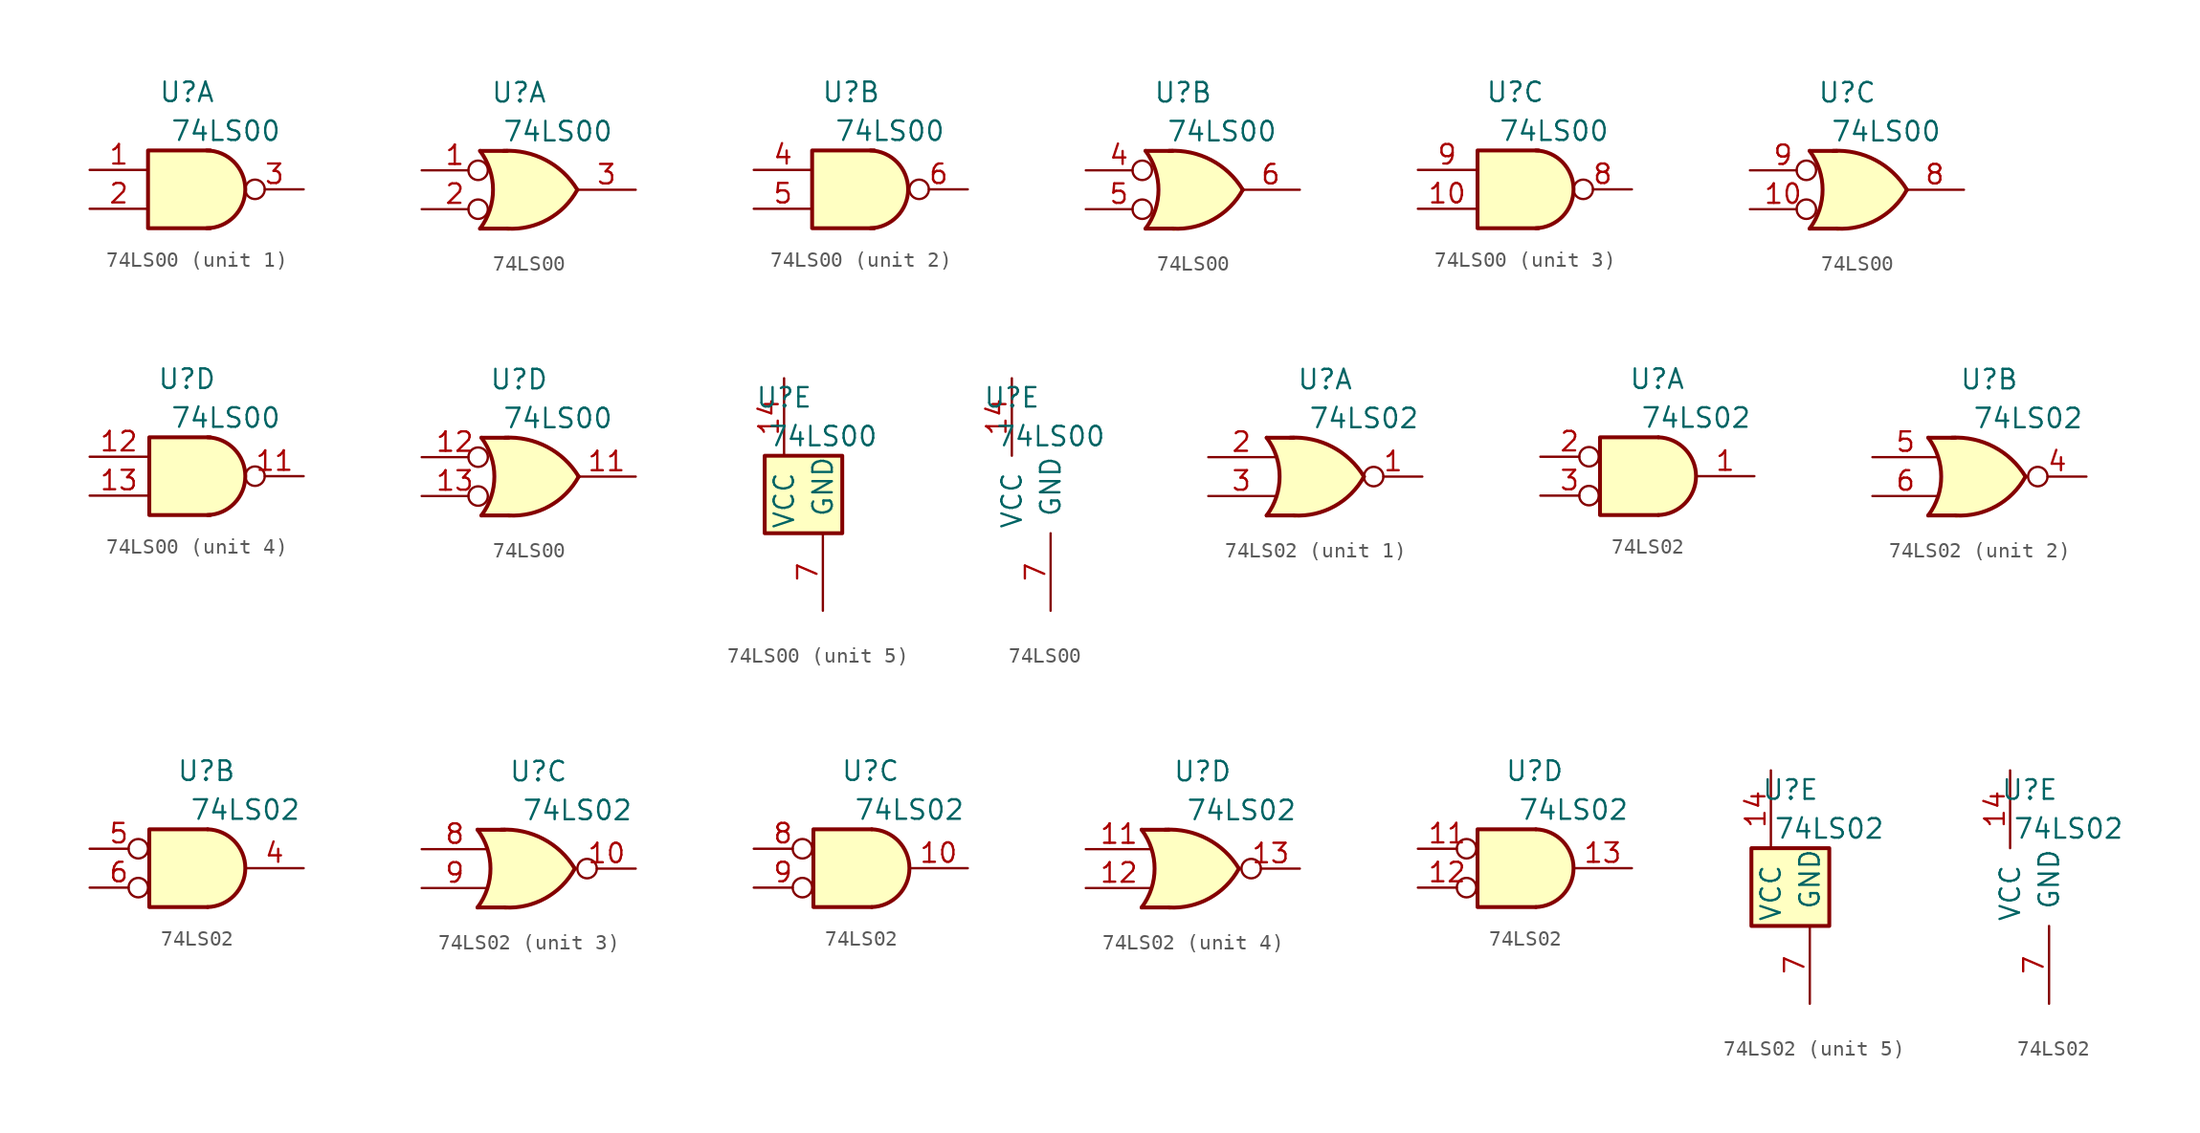
<source format=kicad_sym>
(kicad_symbol_lib
  (version 20220914)
  (generator kicad_symbol_editor)
  (symbol "74LS00"
    (pin_names
      (offset 1.016))
    (property "Reference" "U"
      (at -1.27 6.35 0)
      (effects (font (size 1.27 1.27))))
    (property "Value" "74LS00"
      (at 1.27 3.81 0)
      (effects (font (size 1.27 1.27))))
    (property "ki_locked" ""
      (at 0 0 0)
      (effects (font (size 1.27 1.27))))
    (symbol "74LS00_1_1"
      (polyline (pts (xy 0.254 2.54) (xy -3.81 2.54) (xy -3.81 -2.54) (xy 0.254 -2.54)) (stroke (width 0.254) (type default)) (fill (type background)))
      (arc (start 0.0225 -2.54) (mid 2.5401 0) (end 0.0225 2.54) (stroke (width 0.254) (type default)) (fill (type background)))
      (pin input line (at -7.62 1.27 0) (length 3.81) (name "~" (effects (font (size 1.27 1.27)))) (number "1" (effects (font (size 1.27 1.27)))))
      (pin input line (at -7.62 -1.27 0) (length 3.81) (name "~" (effects (font (size 1.27 1.27)))) (number "2" (effects (font (size 1.27 1.27)))))
      (pin output inverted (at 6.35 0 180) (length 3.81) (name "~" (effects (font (size 1.27 1.27)))) (number "3" (effects (font (size 1.27 1.27))))))
    (symbol "74LS00_1_2"
      (arc (start -3.81 -2.54) (mid -2.964 0) (end -3.81 2.54) (stroke (width 0.254) (type default)) (fill (type none)))
      (arc (start -2.032 -2.54) (mid 0.6219 -1.9322) (end 2.54 0) (stroke (width 0.254) (type default)) (fill (type background)))
      (polyline (pts (xy -3.81 -2.54) (xy -2.032 -2.54)) (stroke (width 0.254) (type default)) (fill (type none)))
      (polyline (pts (xy -3.81 2.54) (xy -2.032 2.54)) (stroke (width 0.254) (type default)) (fill (type none)))
      (polyline (pts (xy -1.27 2.54) (xy -3.81 2.54) (xy -3.175 1.27) (xy -2.794 0) (xy -3.175 -1.27) (xy -3.81 -2.54) (xy -1.27 -2.54)) (stroke (width -25.4) (type default)) (fill (type background)))
      (arc (start 2.54 0) (mid 0.4797 1.9402) (end -2.286 2.54) (stroke (width 0.254) (type default)) (fill (type background)))
      (pin input inverted (at -7.62 1.27 0) (length 4.318) (name "~" (effects (font (size 1.27 1.27)))) (number "1" (effects (font (size 1.27 1.27)))))
      (pin input inverted (at -7.62 -1.27 0) (length 4.318) (name "~" (effects (font (size 1.27 1.27)))) (number "2" (effects (font (size 1.27 1.27)))))
      (pin output line (at 6.35 0 180) (length 3.81) (name "~" (effects (font (size 1.27 1.27)))) (number "3" (effects (font (size 1.27 1.27))))))
    (symbol "74LS00_2_1"
      (arc (start 0 -2.54) (mid 2.4571 0) (end 0 2.54) (stroke (width 0.254) (type default)) (fill (type background)))
      (polyline (pts (xy 0.254 2.54) (xy -3.81 2.54) (xy -3.81 -2.54) (xy 0.254 -2.54)) (stroke (width 0.254) (type default)) (fill (type background)))
      (pin input line (at -7.62 1.27 0) (length 3.81) (name "~" (effects (font (size 1.27 1.27)))) (number "4" (effects (font (size 1.27 1.27)))))
      (pin input line (at -7.62 -1.27 0) (length 3.81) (name "~" (effects (font (size 1.27 1.27)))) (number "5" (effects (font (size 1.27 1.27)))))
      (pin output inverted (at 6.35 0 180) (length 3.81) (name "~" (effects (font (size 1.27 1.27)))) (number "6" (effects (font (size 1.27 1.27))))))
    (symbol "74LS00_2_2"
      (arc (start -3.722 -2.54) (mid -2.876 0) (end -3.722 2.54) (stroke (width 0.254) (type default)) (fill (type none)))
      (arc (start -1.944 -2.54) (mid 0.7099 -1.9322) (end 2.628 0) (stroke (width 0.254) (type default)) (fill (type background)))
      (polyline (pts (xy -3.722 -2.54) (xy -1.944 -2.54)) (stroke (width 0.254) (type default)) (fill (type none)))
      (polyline (pts (xy -3.722 2.54) (xy -1.944 2.54)) (stroke (width 0.254) (type default)) (fill (type none)))
      (polyline (pts (xy -1.182 2.54) (xy -3.722 2.54) (xy -3.087 1.27) (xy -2.706 0) (xy -3.087 -1.27) (xy -3.722 -2.54) (xy -1.182 -2.54)) (stroke (width -25.4) (type default)) (fill (type background)))
      (arc (start 2.628 0) (mid 0.5677 1.9402) (end -2.198 2.54) (stroke (width 0.254) (type default)) (fill (type background)))
      (pin input inverted (at -7.62 1.27 0) (length 4.318) (name "~" (effects (font (size 1.27 1.27)))) (number "4" (effects (font (size 1.27 1.27)))))
      (pin input inverted (at -7.62 -1.27 0) (length 4.318) (name "~" (effects (font (size 1.27 1.27)))) (number "5" (effects (font (size 1.27 1.27)))))
      (pin output line (at 6.35 0 180) (length 3.81) (name "~" (effects (font (size 1.27 1.27)))) (number "6" (effects (font (size 1.27 1.27))))))
    (symbol "74LS00_3_1"
      (polyline (pts (xy 0.254 2.54) (xy -3.726 2.54) (xy -3.726 -2.54) (xy 0.254 -2.54)) (stroke (width 0.254) (type default)) (fill (type background)))
      (arc (start 0.0843 -2.54) (mid 2.5414 0) (end 0.0843 2.54) (stroke (width 0.254) (type default)) (fill (type background)))
      (pin input line (at -7.62 -1.27 0) (length 3.81) (name "~" (effects (font (size 1.27 1.27)))) (number "10" (effects (font (size 1.27 1.27)))))
      (pin output inverted (at 6.35 0 180) (length 3.81) (name "~" (effects (font (size 1.27 1.27)))) (number "8" (effects (font (size 1.27 1.27)))))
      (pin input line (at -7.62 1.27 0) (length 3.81) (name "~" (effects (font (size 1.27 1.27)))) (number "9" (effects (font (size 1.27 1.27))))))
    (symbol "74LS00_3_2"
      (arc (start -3.722 -2.54) (mid -2.876 0) (end -3.722 2.54) (stroke (width 0.254) (type default)) (fill (type none)))
      (arc (start -1.944 -2.54) (mid 0.7099 -1.9322) (end 2.628 0) (stroke (width 0.254) (type default)) (fill (type background)))
      (polyline (pts (xy -3.722 -2.54) (xy -1.944 -2.54)) (stroke (width 0.254) (type default)) (fill (type none)))
      (polyline (pts (xy -3.722 2.54) (xy -1.944 2.54)) (stroke (width 0.254) (type default)) (fill (type none)))
      (polyline (pts (xy -1.182 2.54) (xy -3.722 2.54) (xy -3.087 1.27) (xy -2.706 0) (xy -3.087 -1.27) (xy -3.722 -2.54) (xy -1.182 -2.54)) (stroke (width -25.4) (type default)) (fill (type background)))
      (arc (start 2.628 0) (mid 0.5677 1.9402) (end -2.198 2.54) (stroke (width 0.254) (type default)) (fill (type background)))
      (pin input inverted (at -7.62 -1.27 0) (length 4.318) (name "~" (effects (font (size 1.27 1.27)))) (number "10" (effects (font (size 1.27 1.27)))))
      (pin output line (at 6.35 0 180) (length 3.81) (name "~" (effects (font (size 1.27 1.27)))) (number "8" (effects (font (size 1.27 1.27)))))
      (pin input inverted (at -7.62 1.27 0) (length 4.318) (name "~" (effects (font (size 1.27 1.27)))) (number "9" (effects (font (size 1.27 1.27))))))
    (symbol "74LS00_4_1"
      (polyline (pts (xy 0.254 2.54) (xy -3.726 2.54) (xy -3.726 -2.54) (xy 0.254 -2.54)) (stroke (width 0.254) (type default)) (fill (type background)))
      (arc (start 0.0843 -2.54) (mid 2.5414 0) (end 0.0843 2.54) (stroke (width 0.254) (type default)) (fill (type background)))
      (pin output inverted (at 6.35 0 180) (length 3.81) (name "~" (effects (font (size 1.27 1.27)))) (number "11" (effects (font (size 1.27 1.27)))))
      (pin input line (at -7.62 1.27 0) (length 3.81) (name "~" (effects (font (size 1.27 1.27)))) (number "12" (effects (font (size 1.27 1.27)))))
      (pin input line (at -7.62 -1.27 0) (length 3.81) (name "~" (effects (font (size 1.27 1.27)))) (number "13" (effects (font (size 1.27 1.27))))))
    (symbol "74LS00_4_2"
      (arc (start -3.722 -2.54) (mid -2.876 0) (end -3.722 2.54) (stroke (width 0.254) (type default)) (fill (type none)))
      (arc (start -1.944 -2.54) (mid 0.7099 -1.9322) (end 2.628 0) (stroke (width 0.254) (type default)) (fill (type background)))
      (polyline (pts (xy -3.722 -2.54) (xy -1.944 -2.54)) (stroke (width 0.254) (type default)) (fill (type none)))
      (polyline (pts (xy -3.722 2.54) (xy -1.944 2.54)) (stroke (width 0.254) (type default)) (fill (type none)))
      (polyline (pts (xy -1.182 2.54) (xy -3.722 2.54) (xy -3.087 1.27) (xy -2.706 0) (xy -3.087 -1.27) (xy -3.722 -2.54) (xy -1.182 -2.54)) (stroke (width -25.4) (type default)) (fill (type background)))
      (arc (start 2.628 0) (mid 0.5677 1.9402) (end -2.198 2.54) (stroke (width 0.254) (type default)) (fill (type background)))
      (pin output line (at 6.35 0 180) (length 3.81) (name "~" (effects (font (size 1.27 1.27)))) (number "11" (effects (font (size 1.27 1.27)))))
      (pin input inverted (at -7.62 1.27 0) (length 4.318) (name "~" (effects (font (size 1.27 1.27)))) (number "12" (effects (font (size 1.27 1.27)))))
      (pin input inverted (at -7.62 -1.27 0) (length 4.318) (name "~" (effects (font (size 1.27 1.27)))) (number "13" (effects (font (size 1.27 1.27))))))
    (symbol "74LS00_5_0"
      (pin power_in line (at -1.27 7.62 270) (length 5.08) (name "VCC" (effects (font (size 1.27 1.27)))) (number "14" (effects (font (size 1.27 1.27)))))
      (pin power_in line (at 1.27 -7.62 90) (length 5.08) (name "GND" (effects (font (size 1.27 1.27)))) (number "7" (effects (font (size 1.27 1.27))))))
    (symbol "74LS00_5_1"
      (rectangle (start -2.54 2.54) (end 2.54 -2.54) (stroke (width 0.254) (type default)) (fill (type background)))))
  (symbol "74LS02"
    (pin_names
      (offset 1.016))
    (property "Reference" "U"
      (at 0 6.35 0)
      (effects (font (size 1.27 1.27))))
    (property "Value" "74LS02"
      (at 2.54 3.81 0)
      (effects (font (size 1.27 1.27))))
    (property "ki_locked" ""
      (at 0 0 0)
      (effects (font (size 1.27 1.27))))
    (symbol "74LS02_1_1"
      (arc (start -3.81 -2.54) (mid -2.964 0) (end -3.81 2.54) (stroke (width 0.254) (type default)) (fill (type none)))
      (arc (start -2.032 -2.54) (mid 0.6219 -1.9322) (end 2.54 0) (stroke (width 0.254) (type default)) (fill (type background)))
      (polyline (pts (xy -3.81 -2.54) (xy -2.032 -2.54)) (stroke (width 0.254) (type default)) (fill (type none)))
      (polyline (pts (xy -3.81 2.54) (xy -2.032 2.54)) (stroke (width 0.254) (type default)) (fill (type none)))
      (polyline (pts (xy -1.27 2.54) (xy -3.81 2.54) (xy -3.175 1.27) (xy -2.794 0) (xy -3.175 -1.27) (xy -3.81 -2.54) (xy -1.27 -2.54)) (stroke (width -25.4) (type default)) (fill (type background)))
      (arc (start 2.54 0) (mid 0.4797 1.9402) (end -2.286 2.54) (stroke (width 0.254) (type default)) (fill (type background)))
      (pin output inverted (at 6.35 0 180) (length 3.81) (name "~" (effects (font (size 1.27 1.27)))) (number "1" (effects (font (size 1.27 1.27)))))
      (pin input line (at -7.62 1.27 0) (length 4.318) (name "~" (effects (font (size 1.27 1.27)))) (number "2" (effects (font (size 1.27 1.27)))))
      (pin input line (at -7.62 -1.27 0) (length 4.318) (name "~" (effects (font (size 1.27 1.27)))) (number "3" (effects (font (size 1.27 1.27))))))
    (symbol "74LS02_1_2"
      (polyline (pts (xy 0.084 2.54) (xy -3.726 2.54) (xy -3.726 -2.54) (xy 0.084 -2.54)) (stroke (width 0.254) (type default)) (fill (type background)))
      (arc (start 0.0843 -2.54) (mid 2.5414 0) (end 0.0843 2.54) (stroke (width 0.254) (type default)) (fill (type background)))
      (pin output line (at 6.35 0 180) (length 3.81) (name "~" (effects (font (size 1.27 1.27)))) (number "1" (effects (font (size 1.27 1.27)))))
      (pin input inverted (at -7.62 1.27 0) (length 3.81) (name "~" (effects (font (size 1.27 1.27)))) (number "2" (effects (font (size 1.27 1.27)))))
      (pin input inverted (at -7.62 -1.27 0) (length 3.81) (name "~" (effects (font (size 1.27 1.27)))) (number "3" (effects (font (size 1.27 1.27))))))
    (symbol "74LS02_2_1"
      (arc (start -3.976 -2.54) (mid -3.13 0) (end -3.976 2.54) (stroke (width 0.254) (type default)) (fill (type none)))
      (arc (start -2.198 -2.54) (mid 0.4559 -1.9322) (end 2.374 0) (stroke (width 0.254) (type default)) (fill (type background)))
      (polyline (pts (xy -3.976 -2.54) (xy -2.198 -2.54)) (stroke (width 0.254) (type default)) (fill (type none)))
      (polyline (pts (xy -3.976 2.54) (xy -2.198 2.54)) (stroke (width 0.254) (type default)) (fill (type none)))
      (polyline (pts (xy -1.436 2.54) (xy -3.976 2.54) (xy -3.341 1.27) (xy -2.96 0) (xy -3.341 -1.27) (xy -3.976 -2.54) (xy -1.436 -2.54)) (stroke (width -25.4) (type default)) (fill (type background)))
      (arc (start 2.374 0) (mid 0.3137 1.9402) (end -2.452 2.54) (stroke (width 0.254) (type default)) (fill (type background)))
      (pin output inverted (at 6.35 0 180) (length 3.81) (name "~" (effects (font (size 1.27 1.27)))) (number "4" (effects (font (size 1.27 1.27)))))
      (pin input line (at -7.62 1.27 0) (length 4.318) (name "~" (effects (font (size 1.27 1.27)))) (number "5" (effects (font (size 1.27 1.27)))))
      (pin input line (at -7.62 -1.27 0) (length 4.318) (name "~" (effects (font (size 1.27 1.27)))) (number "6" (effects (font (size 1.27 1.27))))))
    (symbol "74LS02_2_2"
      (polyline (pts (xy 0.084 2.54) (xy -3.726 2.54) (xy -3.726 -2.54) (xy 0.084 -2.54)) (stroke (width 0.254) (type default)) (fill (type background)))
      (arc (start 0.0843 -2.54) (mid 2.5414 0) (end 0.0843 2.54) (stroke (width 0.254) (type default)) (fill (type background)))
      (pin output line (at 6.35 0 180) (length 3.81) (name "~" (effects (font (size 1.27 1.27)))) (number "4" (effects (font (size 1.27 1.27)))))
      (pin input inverted (at -7.62 1.27 0) (length 3.81) (name "~" (effects (font (size 1.27 1.27)))) (number "5" (effects (font (size 1.27 1.27)))))
      (pin input inverted (at -7.62 -1.27 0) (length 3.81) (name "~" (effects (font (size 1.27 1.27)))) (number "6" (effects (font (size 1.27 1.27))))))
    (symbol "74LS02_3_1"
      (arc (start -3.976 -2.54) (mid -3.13 0) (end -3.976 2.54) (stroke (width 0.254) (type default)) (fill (type none)))
      (arc (start -2.198 -2.54) (mid 0.4559 -1.9322) (end 2.374 0) (stroke (width 0.254) (type default)) (fill (type background)))
      (polyline (pts (xy -3.976 -2.54) (xy -2.198 -2.54)) (stroke (width 0.254) (type default)) (fill (type none)))
      (polyline (pts (xy -3.976 2.54) (xy -2.198 2.54)) (stroke (width 0.254) (type default)) (fill (type none)))
      (polyline (pts (xy -1.436 2.54) (xy -3.976 2.54) (xy -3.341 1.27) (xy -2.96 0) (xy -3.341 -1.27) (xy -3.976 -2.54) (xy -1.436 -2.54)) (stroke (width -25.4) (type default)) (fill (type background)))
      (arc (start 2.374 0) (mid 0.3137 1.9402) (end -2.452 2.54) (stroke (width 0.254) (type default)) (fill (type background)))
      (pin output inverted (at 6.35 0 180) (length 3.81) (name "~" (effects (font (size 1.27 1.27)))) (number "10" (effects (font (size 1.27 1.27)))))
      (pin input line (at -7.62 1.27 0) (length 4.318) (name "~" (effects (font (size 1.27 1.27)))) (number "8" (effects (font (size 1.27 1.27)))))
      (pin input line (at -7.62 -1.27 0) (length 4.318) (name "~" (effects (font (size 1.27 1.27)))) (number "9" (effects (font (size 1.27 1.27))))))
    (symbol "74LS02_3_2"
      (polyline (pts (xy 0.084 2.54) (xy -3.726 2.54) (xy -3.726 -2.54) (xy 0.084 -2.54)) (stroke (width 0.254) (type default)) (fill (type background)))
      (arc (start 0.0843 -2.54) (mid 2.5414 0) (end 0.0843 2.54) (stroke (width 0.254) (type default)) (fill (type background)))
      (pin output line (at 6.35 0 180) (length 3.81) (name "~" (effects (font (size 1.27 1.27)))) (number "10" (effects (font (size 1.27 1.27)))))
      (pin input inverted (at -7.62 1.27 0) (length 3.81) (name "~" (effects (font (size 1.27 1.27)))) (number "8" (effects (font (size 1.27 1.27)))))
      (pin input inverted (at -7.62 -1.27 0) (length 3.81) (name "~" (effects (font (size 1.27 1.27)))) (number "9" (effects (font (size 1.27 1.27))))))
    (symbol "74LS02_4_1"
      (arc (start -3.976 -2.54) (mid -3.13 0) (end -3.976 2.54) (stroke (width 0.254) (type default)) (fill (type none)))
      (arc (start -2.198 -2.54) (mid 0.4559 -1.9322) (end 2.374 0) (stroke (width 0.254) (type default)) (fill (type background)))
      (polyline (pts (xy -3.976 -2.54) (xy -2.198 -2.54)) (stroke (width 0.254) (type default)) (fill (type none)))
      (polyline (pts (xy -3.976 2.54) (xy -2.198 2.54)) (stroke (width 0.254) (type default)) (fill (type none)))
      (polyline (pts (xy -1.436 2.54) (xy -3.976 2.54) (xy -3.341 1.27) (xy -2.96 0) (xy -3.341 -1.27) (xy -3.976 -2.54) (xy -1.436 -2.54)) (stroke (width -25.4) (type default)) (fill (type background)))
      (arc (start 2.374 0) (mid 0.3137 1.9402) (end -2.452 2.54) (stroke (width 0.254) (type default)) (fill (type background)))
      (pin input line (at -7.62 1.27 0) (length 4.318) (name "~" (effects (font (size 1.27 1.27)))) (number "11" (effects (font (size 1.27 1.27)))))
      (pin input line (at -7.62 -1.27 0) (length 4.318) (name "~" (effects (font (size 1.27 1.27)))) (number "12" (effects (font (size 1.27 1.27)))))
      (pin output inverted (at 6.35 0 180) (length 3.81) (name "~" (effects (font (size 1.27 1.27)))) (number "13" (effects (font (size 1.27 1.27))))))
    (symbol "74LS02_4_2"
      (polyline (pts (xy 0.084 2.54) (xy -3.726 2.54) (xy -3.726 -2.54) (xy 0.084 -2.54)) (stroke (width 0.254) (type default)) (fill (type background)))
      (arc (start 0.0843 -2.54) (mid 2.5414 0) (end 0.0843 2.54) (stroke (width 0.254) (type default)) (fill (type background)))
      (pin input inverted (at -7.62 1.27 0) (length 3.81) (name "~" (effects (font (size 1.27 1.27)))) (number "11" (effects (font (size 1.27 1.27)))))
      (pin input inverted (at -7.62 -1.27 0) (length 3.81) (name "~" (effects (font (size 1.27 1.27)))) (number "12" (effects (font (size 1.27 1.27)))))
      (pin output line (at 6.35 0 180) (length 3.81) (name "~" (effects (font (size 1.27 1.27)))) (number "13" (effects (font (size 1.27 1.27))))))
    (symbol "74LS02_5_0"
      (pin power_in line (at -1.27 7.62 270) (length 5.08) (name "VCC" (effects (font (size 1.27 1.27)))) (number "14" (effects (font (size 1.27 1.27)))))
      (pin power_in line (at 1.27 -7.62 90) (length 5.08) (name "GND" (effects (font (size 1.27 1.27)))) (number "7" (effects (font (size 1.27 1.27))))))
    (symbol "74LS02_5_1"
      (rectangle (start -2.54 2.54) (end 2.54 -2.54) (stroke (width 0.254) (type default)) (fill (type background))))))
</source>
